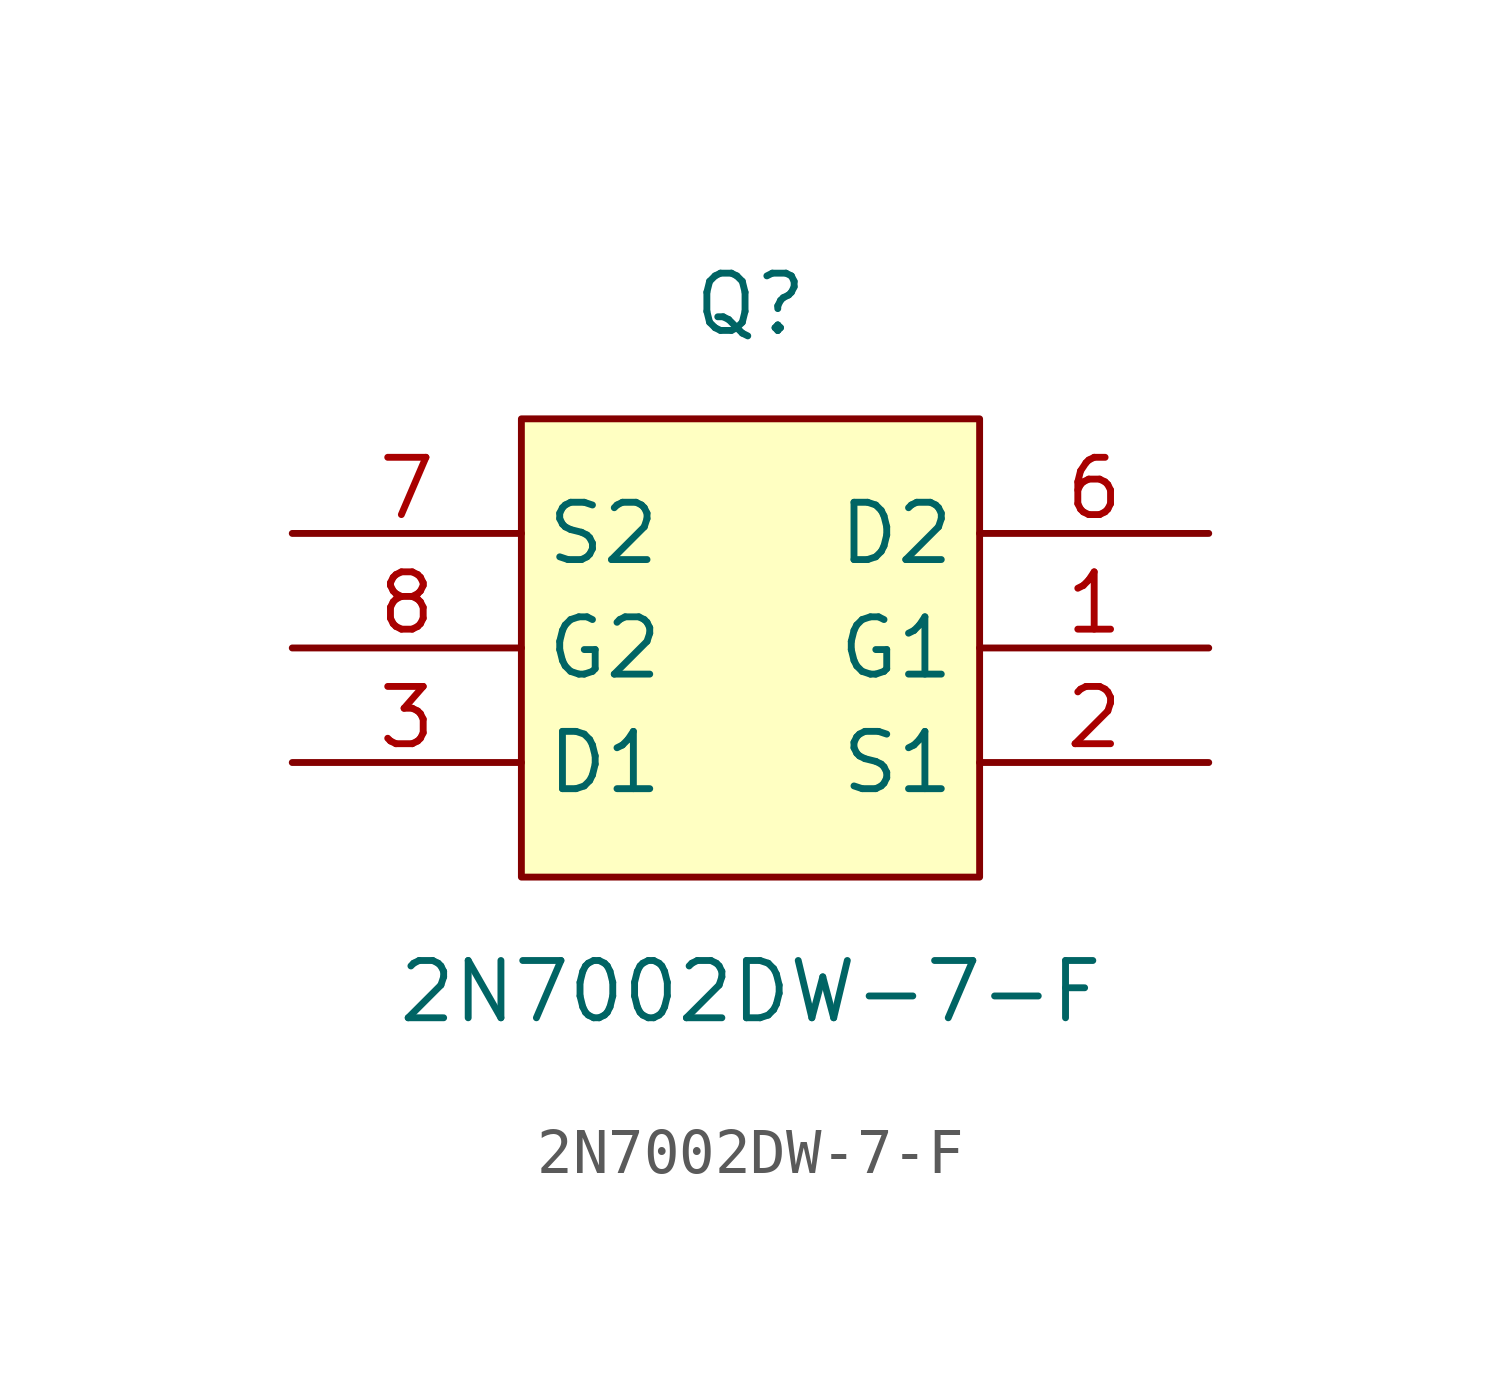
<source format=kicad_sym>
(kicad_symbol_lib
  (version 20211014)
  (generator https://github.com/uPesy/easyeda2kicad.py)
  (symbol "2N7002DW-7-F"
    (property "Reference" "Q"
      (at 0 7.62 0)
      (effects (font (size 1.27 1.27))))
    (property "Value" "2N7002DW-7-F"
      (at 0 -7.62 0)
      (effects (font (size 1.27 1.27))))
    (symbol "2N7002DW-7-F_0_1"
      (rectangle (start -5.08 5.08) (end 5.08 -5.08) (stroke (width 0) (type default) (color 0 0 0 0)) (fill (type background)))
      (pin unspecified line (at 10.16 -0.00 180) (length 5.08) (name "G1" (effects (font (size 1.27 1.27)))) (number "1" (effects (font (size 1.27 1.27)))))
      (pin unspecified line (at 10.16 -2.54 180) (length 5.08) (name "S1" (effects (font (size 1.27 1.27)))) (number "2" (effects (font (size 1.27 1.27)))))
      (pin unspecified line (at -10.16 -2.54 0) (length 5.08) (name "D1" (effects (font (size 1.27 1.27)))) (number "3" (effects (font (size 1.27 1.27)))))
      (pin unspecified line (at 10.16 2.54 180) (length 5.08) (name "D2" (effects (font (size 1.27 1.27)))) (number "6" (effects (font (size 1.27 1.27)))))
      (pin unspecified line (at -10.16 2.54 0) (length 5.08) (name "S2" (effects (font (size 1.27 1.27)))) (number "7" (effects (font (size 1.27 1.27)))))
      (pin unspecified line (at -10.16 -0.00 0) (length 5.08) (name "G2" (effects (font (size 1.27 1.27)))) (number "8" (effects (font (size 1.27 1.27))))))))
</source>
